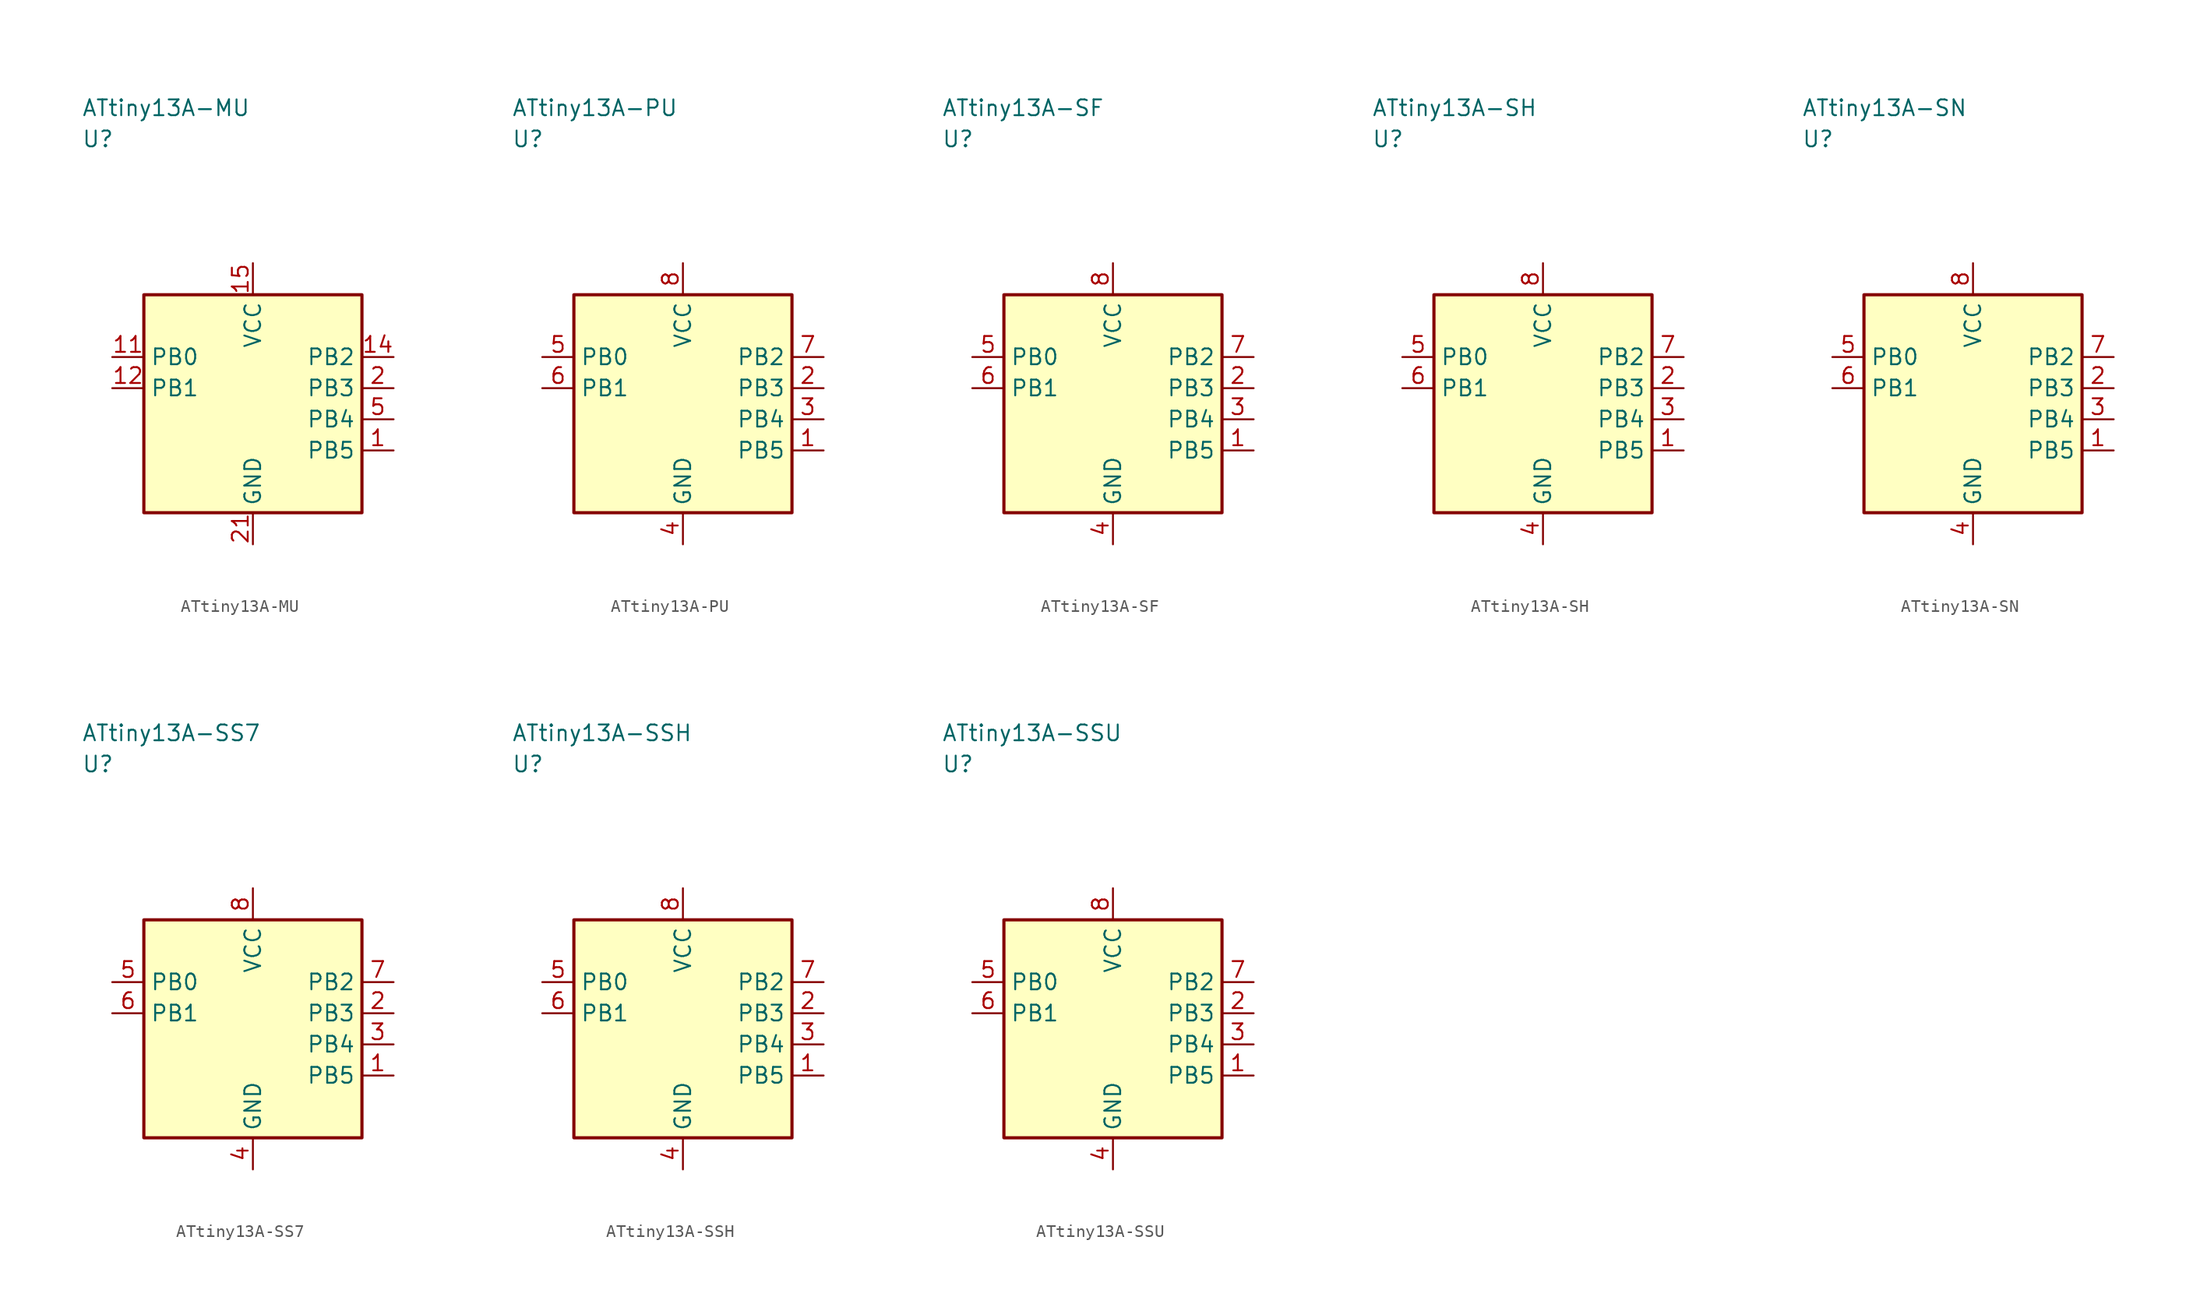
<source format=kicad_sym>
(kicad_symbol_lib
  (version 20241025)
  (generator "kicad_symbol_editor")
  (generator_version "8.0")
  (symbol "ATtiny13A-MU"
    (property "Reference" "U"
      (at -13.75 21.25 0)
      (effects (font (size 1.27 1.27)) (justify left)))
    (property "Value" "ATtiny13A-MU"
      (at -13.75 23.75 0)
      (effects (font (size 1.27 1.27)) (justify left)))
    (symbol "ATtiny13A-MU_0_1"
      (rectangle (start -8.75 8.75) (end 8.75 -8.75) (stroke (width 0.254) (type default)) (fill (type background))))
    (symbol "ATtiny13A-MU_1_1"
      (pin bidirectional line (at 11.29 -3.75 180.0) (length 2.54) (name "PB5" (effects (font (size 1.27 1.27)))) (number "1" (effects (font (size 1.27 1.27)))))
      (pin bidirectional line (at 11.29 1.25 180.0) (length 2.54) (name "PB3" (effects (font (size 1.27 1.27)))) (number "2" (effects (font (size 1.27 1.27)))))
      (pin bidirectional line (at 11.29 -1.25 180.0) (length 2.54) (name "PB4" (effects (font (size 1.27 1.27)))) (number "5" (effects (font (size 1.27 1.27)))))
      (pin bidirectional line (at -11.29 3.75 0.0) (length 2.54) (name "PB0" (effects (font (size 1.27 1.27)))) (number "11" (effects (font (size 1.27 1.27)))))
      (pin bidirectional line (at -11.29 1.25 0.0) (length 2.54) (name "PB1" (effects (font (size 1.27 1.27)))) (number "12" (effects (font (size 1.27 1.27)))))
      (pin bidirectional line (at 11.29 3.75 180.0) (length 2.54) (name "PB2" (effects (font (size 1.27 1.27)))) (number "14" (effects (font (size 1.27 1.27)))))
      (pin power_in line (at 0.0 11.29 270.0) (length 2.54) (name "VCC" (effects (font (size 1.27 1.27)))) (number "15" (effects (font (size 1.27 1.27)))))
      (pin passive line (at 0.0 -11.29 90.0) (length 2.54) (name "GND" (effects (font (size 1.27 1.27)))) (number "21" (effects (font (size 1.27 1.27)))))))
  (symbol "ATtiny13A-PU"
    (property "Reference" "U"
      (at -13.75 21.25 0)
      (effects (font (size 1.27 1.27)) (justify left)))
    (property "Value" "ATtiny13A-PU"
      (at -13.75 23.75 0)
      (effects (font (size 1.27 1.27)) (justify left)))
    (symbol "ATtiny13A-PU_0_1"
      (rectangle (start -8.75 8.75) (end 8.75 -8.75) (stroke (width 0.254) (type default)) (fill (type background))))
    (symbol "ATtiny13A-PU_1_1"
      (pin bidirectional line (at 11.29 -3.75 180.0) (length 2.54) (name "PB5" (effects (font (size 1.27 1.27)))) (number "1" (effects (font (size 1.27 1.27)))))
      (pin bidirectional line (at 11.29 1.25 180.0) (length 2.54) (name "PB3" (effects (font (size 1.27 1.27)))) (number "2" (effects (font (size 1.27 1.27)))))
      (pin bidirectional line (at 11.29 -1.25 180.0) (length 2.54) (name "PB4" (effects (font (size 1.27 1.27)))) (number "3" (effects (font (size 1.27 1.27)))))
      (pin passive line (at 0.0 -11.29 90.0) (length 2.54) (name "GND" (effects (font (size 1.27 1.27)))) (number "4" (effects (font (size 1.27 1.27)))))
      (pin bidirectional line (at -11.29 3.75 0.0) (length 2.54) (name "PB0" (effects (font (size 1.27 1.27)))) (number "5" (effects (font (size 1.27 1.27)))))
      (pin bidirectional line (at -11.29 1.25 0.0) (length 2.54) (name "PB1" (effects (font (size 1.27 1.27)))) (number "6" (effects (font (size 1.27 1.27)))))
      (pin bidirectional line (at 11.29 3.75 180.0) (length 2.54) (name "PB2" (effects (font (size 1.27 1.27)))) (number "7" (effects (font (size 1.27 1.27)))))
      (pin power_in line (at 0.0 11.29 270.0) (length 2.54) (name "VCC" (effects (font (size 1.27 1.27)))) (number "8" (effects (font (size 1.27 1.27)))))))
  (symbol "ATtiny13A-SF"
    (property "Reference" "U"
      (at -13.75 21.25 0)
      (effects (font (size 1.27 1.27)) (justify left)))
    (property "Value" "ATtiny13A-SF"
      (at -13.75 23.75 0)
      (effects (font (size 1.27 1.27)) (justify left)))
    (symbol "ATtiny13A-SF_0_1"
      (rectangle (start -8.75 8.75) (end 8.75 -8.75) (stroke (width 0.254) (type default)) (fill (type background))))
    (symbol "ATtiny13A-SF_1_1"
      (pin bidirectional line (at 11.29 -3.75 180.0) (length 2.54) (name "PB5" (effects (font (size 1.27 1.27)))) (number "1" (effects (font (size 1.27 1.27)))))
      (pin bidirectional line (at 11.29 1.25 180.0) (length 2.54) (name "PB3" (effects (font (size 1.27 1.27)))) (number "2" (effects (font (size 1.27 1.27)))))
      (pin bidirectional line (at 11.29 -1.25 180.0) (length 2.54) (name "PB4" (effects (font (size 1.27 1.27)))) (number "3" (effects (font (size 1.27 1.27)))))
      (pin passive line (at 0.0 -11.29 90.0) (length 2.54) (name "GND" (effects (font (size 1.27 1.27)))) (number "4" (effects (font (size 1.27 1.27)))))
      (pin bidirectional line (at -11.29 3.75 0.0) (length 2.54) (name "PB0" (effects (font (size 1.27 1.27)))) (number "5" (effects (font (size 1.27 1.27)))))
      (pin bidirectional line (at -11.29 1.25 0.0) (length 2.54) (name "PB1" (effects (font (size 1.27 1.27)))) (number "6" (effects (font (size 1.27 1.27)))))
      (pin bidirectional line (at 11.29 3.75 180.0) (length 2.54) (name "PB2" (effects (font (size 1.27 1.27)))) (number "7" (effects (font (size 1.27 1.27)))))
      (pin power_in line (at 0.0 11.29 270.0) (length 2.54) (name "VCC" (effects (font (size 1.27 1.27)))) (number "8" (effects (font (size 1.27 1.27)))))))
  (symbol "ATtiny13A-SH"
    (property "Reference" "U"
      (at -13.75 21.25 0)
      (effects (font (size 1.27 1.27)) (justify left)))
    (property "Value" "ATtiny13A-SH"
      (at -13.75 23.75 0)
      (effects (font (size 1.27 1.27)) (justify left)))
    (symbol "ATtiny13A-SH_0_1"
      (rectangle (start -8.75 8.75) (end 8.75 -8.75) (stroke (width 0.254) (type default)) (fill (type background))))
    (symbol "ATtiny13A-SH_1_1"
      (pin bidirectional line (at 11.29 -3.75 180.0) (length 2.54) (name "PB5" (effects (font (size 1.27 1.27)))) (number "1" (effects (font (size 1.27 1.27)))))
      (pin bidirectional line (at 11.29 1.25 180.0) (length 2.54) (name "PB3" (effects (font (size 1.27 1.27)))) (number "2" (effects (font (size 1.27 1.27)))))
      (pin bidirectional line (at 11.29 -1.25 180.0) (length 2.54) (name "PB4" (effects (font (size 1.27 1.27)))) (number "3" (effects (font (size 1.27 1.27)))))
      (pin passive line (at 0.0 -11.29 90.0) (length 2.54) (name "GND" (effects (font (size 1.27 1.27)))) (number "4" (effects (font (size 1.27 1.27)))))
      (pin bidirectional line (at -11.29 3.75 0.0) (length 2.54) (name "PB0" (effects (font (size 1.27 1.27)))) (number "5" (effects (font (size 1.27 1.27)))))
      (pin bidirectional line (at -11.29 1.25 0.0) (length 2.54) (name "PB1" (effects (font (size 1.27 1.27)))) (number "6" (effects (font (size 1.27 1.27)))))
      (pin bidirectional line (at 11.29 3.75 180.0) (length 2.54) (name "PB2" (effects (font (size 1.27 1.27)))) (number "7" (effects (font (size 1.27 1.27)))))
      (pin power_in line (at 0.0 11.29 270.0) (length 2.54) (name "VCC" (effects (font (size 1.27 1.27)))) (number "8" (effects (font (size 1.27 1.27)))))))
  (symbol "ATtiny13A-SN"
    (property "Reference" "U"
      (at -13.75 21.25 0)
      (effects (font (size 1.27 1.27)) (justify left)))
    (property "Value" "ATtiny13A-SN"
      (at -13.75 23.75 0)
      (effects (font (size 1.27 1.27)) (justify left)))
    (symbol "ATtiny13A-SN_0_1"
      (rectangle (start -8.75 8.75) (end 8.75 -8.75) (stroke (width 0.254) (type default)) (fill (type background))))
    (symbol "ATtiny13A-SN_1_1"
      (pin bidirectional line (at 11.29 -3.75 180.0) (length 2.54) (name "PB5" (effects (font (size 1.27 1.27)))) (number "1" (effects (font (size 1.27 1.27)))))
      (pin bidirectional line (at 11.29 1.25 180.0) (length 2.54) (name "PB3" (effects (font (size 1.27 1.27)))) (number "2" (effects (font (size 1.27 1.27)))))
      (pin bidirectional line (at 11.29 -1.25 180.0) (length 2.54) (name "PB4" (effects (font (size 1.27 1.27)))) (number "3" (effects (font (size 1.27 1.27)))))
      (pin passive line (at 0.0 -11.29 90.0) (length 2.54) (name "GND" (effects (font (size 1.27 1.27)))) (number "4" (effects (font (size 1.27 1.27)))))
      (pin bidirectional line (at -11.29 3.75 0.0) (length 2.54) (name "PB0" (effects (font (size 1.27 1.27)))) (number "5" (effects (font (size 1.27 1.27)))))
      (pin bidirectional line (at -11.29 1.25 0.0) (length 2.54) (name "PB1" (effects (font (size 1.27 1.27)))) (number "6" (effects (font (size 1.27 1.27)))))
      (pin bidirectional line (at 11.29 3.75 180.0) (length 2.54) (name "PB2" (effects (font (size 1.27 1.27)))) (number "7" (effects (font (size 1.27 1.27)))))
      (pin power_in line (at 0.0 11.29 270.0) (length 2.54) (name "VCC" (effects (font (size 1.27 1.27)))) (number "8" (effects (font (size 1.27 1.27)))))))
  (symbol "ATtiny13A-SS7"
    (property "Reference" "U"
      (at -13.75 21.25 0)
      (effects (font (size 1.27 1.27)) (justify left)))
    (property "Value" "ATtiny13A-SS7"
      (at -13.75 23.75 0)
      (effects (font (size 1.27 1.27)) (justify left)))
    (symbol "ATtiny13A-SS7_0_1"
      (rectangle (start -8.75 8.75) (end 8.75 -8.75) (stroke (width 0.254) (type default)) (fill (type background))))
    (symbol "ATtiny13A-SS7_1_1"
      (pin bidirectional line (at 11.29 -3.75 180.0) (length 2.54) (name "PB5" (effects (font (size 1.27 1.27)))) (number "1" (effects (font (size 1.27 1.27)))))
      (pin bidirectional line (at 11.29 1.25 180.0) (length 2.54) (name "PB3" (effects (font (size 1.27 1.27)))) (number "2" (effects (font (size 1.27 1.27)))))
      (pin bidirectional line (at 11.29 -1.25 180.0) (length 2.54) (name "PB4" (effects (font (size 1.27 1.27)))) (number "3" (effects (font (size 1.27 1.27)))))
      (pin passive line (at 0.0 -11.29 90.0) (length 2.54) (name "GND" (effects (font (size 1.27 1.27)))) (number "4" (effects (font (size 1.27 1.27)))))
      (pin bidirectional line (at -11.29 3.75 0.0) (length 2.54) (name "PB0" (effects (font (size 1.27 1.27)))) (number "5" (effects (font (size 1.27 1.27)))))
      (pin bidirectional line (at -11.29 1.25 0.0) (length 2.54) (name "PB1" (effects (font (size 1.27 1.27)))) (number "6" (effects (font (size 1.27 1.27)))))
      (pin bidirectional line (at 11.29 3.75 180.0) (length 2.54) (name "PB2" (effects (font (size 1.27 1.27)))) (number "7" (effects (font (size 1.27 1.27)))))
      (pin power_in line (at 0.0 11.29 270.0) (length 2.54) (name "VCC" (effects (font (size 1.27 1.27)))) (number "8" (effects (font (size 1.27 1.27)))))))
  (symbol "ATtiny13A-SSH"
    (property "Reference" "U"
      (at -13.75 21.25 0)
      (effects (font (size 1.27 1.27)) (justify left)))
    (property "Value" "ATtiny13A-SSH"
      (at -13.75 23.75 0)
      (effects (font (size 1.27 1.27)) (justify left)))
    (symbol "ATtiny13A-SSH_0_1"
      (rectangle (start -8.75 8.75) (end 8.75 -8.75) (stroke (width 0.254) (type default)) (fill (type background))))
    (symbol "ATtiny13A-SSH_1_1"
      (pin bidirectional line (at 11.29 -3.75 180.0) (length 2.54) (name "PB5" (effects (font (size 1.27 1.27)))) (number "1" (effects (font (size 1.27 1.27)))))
      (pin bidirectional line (at 11.29 1.25 180.0) (length 2.54) (name "PB3" (effects (font (size 1.27 1.27)))) (number "2" (effects (font (size 1.27 1.27)))))
      (pin bidirectional line (at 11.29 -1.25 180.0) (length 2.54) (name "PB4" (effects (font (size 1.27 1.27)))) (number "3" (effects (font (size 1.27 1.27)))))
      (pin passive line (at 0.0 -11.29 90.0) (length 2.54) (name "GND" (effects (font (size 1.27 1.27)))) (number "4" (effects (font (size 1.27 1.27)))))
      (pin bidirectional line (at -11.29 3.75 0.0) (length 2.54) (name "PB0" (effects (font (size 1.27 1.27)))) (number "5" (effects (font (size 1.27 1.27)))))
      (pin bidirectional line (at -11.29 1.25 0.0) (length 2.54) (name "PB1" (effects (font (size 1.27 1.27)))) (number "6" (effects (font (size 1.27 1.27)))))
      (pin bidirectional line (at 11.29 3.75 180.0) (length 2.54) (name "PB2" (effects (font (size 1.27 1.27)))) (number "7" (effects (font (size 1.27 1.27)))))
      (pin power_in line (at 0.0 11.29 270.0) (length 2.54) (name "VCC" (effects (font (size 1.27 1.27)))) (number "8" (effects (font (size 1.27 1.27)))))))
  (symbol "ATtiny13A-SSU"
    (property "Reference" "U"
      (at -13.75 21.25 0)
      (effects (font (size 1.27 1.27)) (justify left)))
    (property "Value" "ATtiny13A-SSU"
      (at -13.75 23.75 0)
      (effects (font (size 1.27 1.27)) (justify left)))
    (symbol "ATtiny13A-SSU_0_1"
      (rectangle (start -8.75 8.75) (end 8.75 -8.75) (stroke (width 0.254) (type default)) (fill (type background))))
    (symbol "ATtiny13A-SSU_1_1"
      (pin bidirectional line (at 11.29 -3.75 180.0) (length 2.54) (name "PB5" (effects (font (size 1.27 1.27)))) (number "1" (effects (font (size 1.27 1.27)))))
      (pin bidirectional line (at 11.29 1.25 180.0) (length 2.54) (name "PB3" (effects (font (size 1.27 1.27)))) (number "2" (effects (font (size 1.27 1.27)))))
      (pin bidirectional line (at 11.29 -1.25 180.0) (length 2.54) (name "PB4" (effects (font (size 1.27 1.27)))) (number "3" (effects (font (size 1.27 1.27)))))
      (pin passive line (at 0.0 -11.29 90.0) (length 2.54) (name "GND" (effects (font (size 1.27 1.27)))) (number "4" (effects (font (size 1.27 1.27)))))
      (pin bidirectional line (at -11.29 3.75 0.0) (length 2.54) (name "PB0" (effects (font (size 1.27 1.27)))) (number "5" (effects (font (size 1.27 1.27)))))
      (pin bidirectional line (at -11.29 1.25 0.0) (length 2.54) (name "PB1" (effects (font (size 1.27 1.27)))) (number "6" (effects (font (size 1.27 1.27)))))
      (pin bidirectional line (at 11.29 3.75 180.0) (length 2.54) (name "PB2" (effects (font (size 1.27 1.27)))) (number "7" (effects (font (size 1.27 1.27)))))
      (pin power_in line (at 0.0 11.29 270.0) (length 2.54) (name "VCC" (effects (font (size 1.27 1.27)))) (number "8" (effects (font (size 1.27 1.27))))))))
</source>
